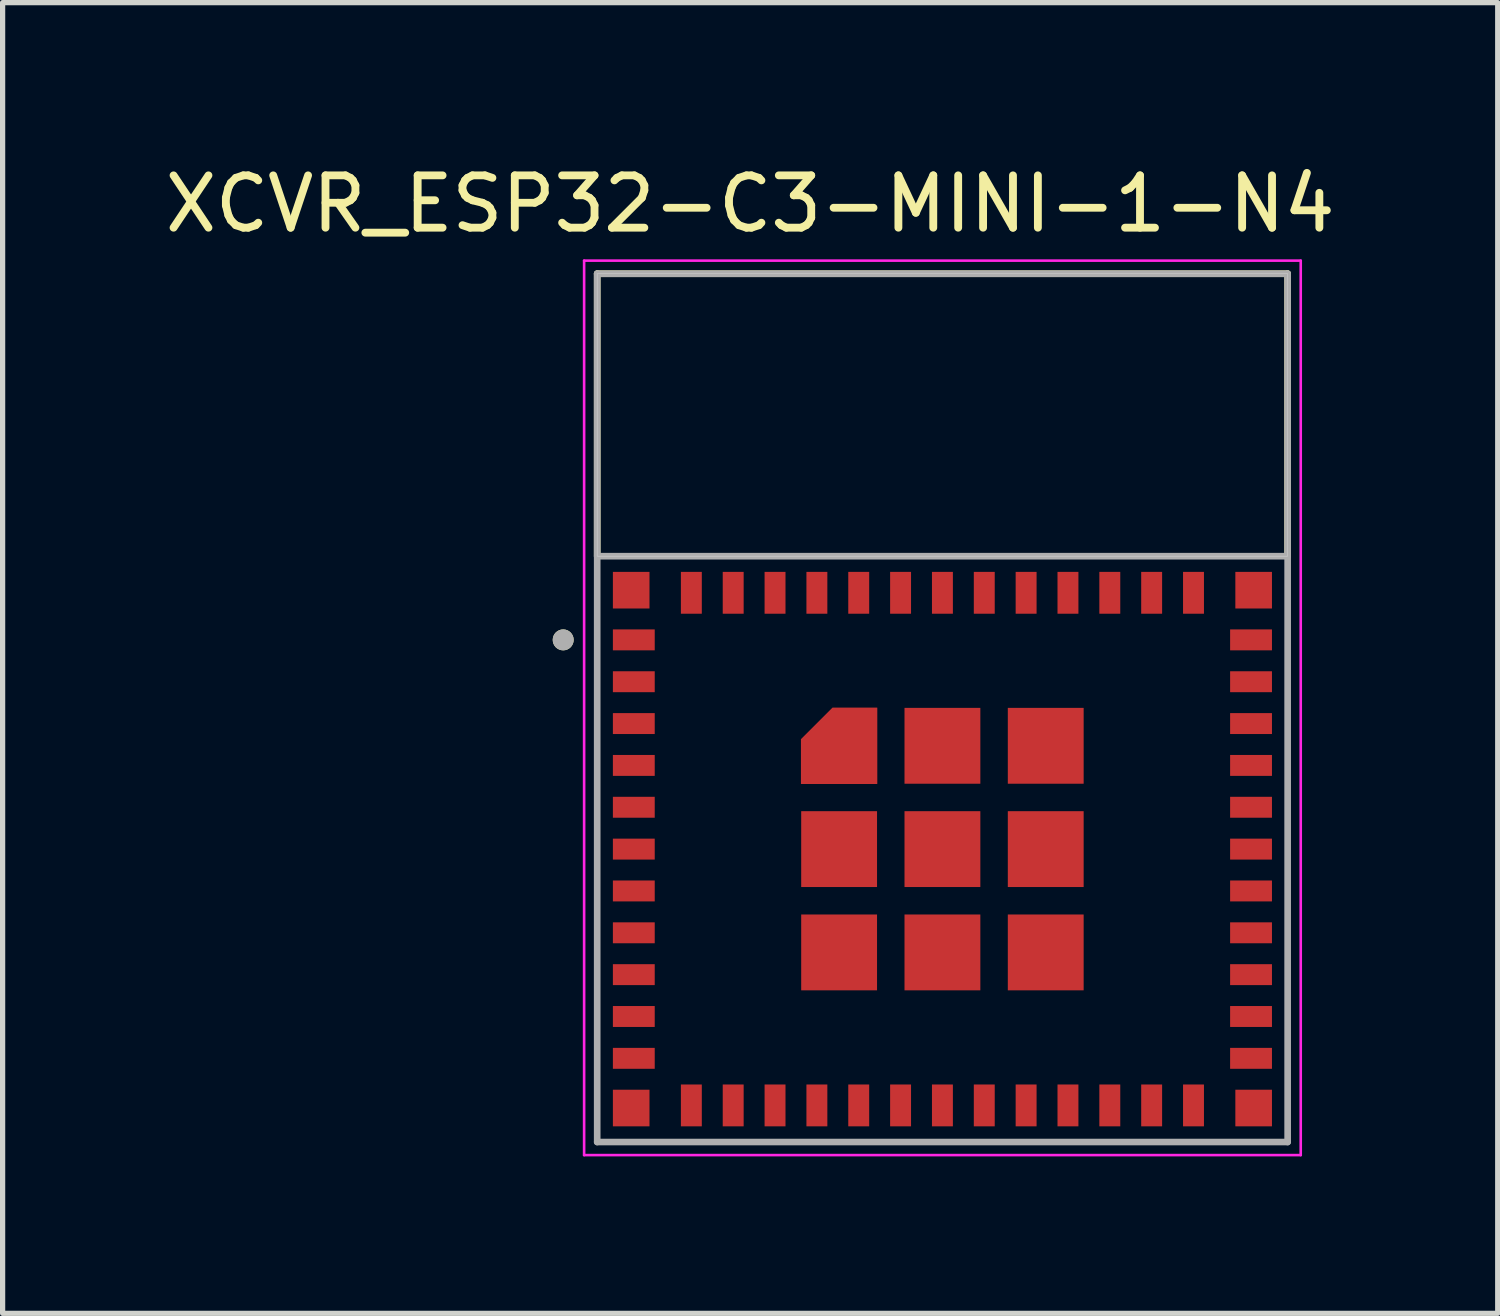
<source format=kicad_pcb>
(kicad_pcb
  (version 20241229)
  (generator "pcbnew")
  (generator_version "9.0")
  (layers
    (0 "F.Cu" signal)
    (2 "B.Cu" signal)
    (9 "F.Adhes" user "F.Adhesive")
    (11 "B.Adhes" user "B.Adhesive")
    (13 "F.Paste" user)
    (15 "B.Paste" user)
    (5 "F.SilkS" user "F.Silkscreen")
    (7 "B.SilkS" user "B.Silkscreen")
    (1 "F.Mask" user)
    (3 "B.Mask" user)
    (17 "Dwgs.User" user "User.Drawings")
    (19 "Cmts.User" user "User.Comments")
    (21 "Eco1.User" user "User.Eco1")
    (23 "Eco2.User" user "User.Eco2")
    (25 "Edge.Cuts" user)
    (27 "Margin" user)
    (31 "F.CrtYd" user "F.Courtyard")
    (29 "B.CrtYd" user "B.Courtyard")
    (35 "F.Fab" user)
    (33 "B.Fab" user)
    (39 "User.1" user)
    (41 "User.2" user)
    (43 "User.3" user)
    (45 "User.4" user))
  (footprint "XCVR_ESP32-C3-MINI-1-N4"
    (layer "F.Cu")
    (at 14.967 10.483)
    (property "Reference" "XCVR_ESP32-C3-MINI-1-N4" (at -3.675 -9.635 0) (layer "F.SilkS") (effects (font (size 1 1) (thickness 0.15))))
    (attr through_hole)
    (fp_poly (pts (xy -1.15 1.55) (xy -2.8 1.55) (xy -2.8 0.56) (xy -2.14 -0.1) (xy -1.15 -0.1)) (stroke (width 0.01) (type solid)) (fill yes) (layer "F.Mask"))
    (fp_line (start -6.6 -8.3) (end 6.6 -8.3) (stroke (width 0.127) (type solid)) (layer "F.SilkS"))
    (fp_line (start -6.6 -2.92) (end -6.6 -8.3) (stroke (width 0.127) (type solid)) (layer "F.SilkS"))
    (fp_line (start 6.6 -8.3) (end 6.6 -2.92) (stroke (width 0.127) (type solid)) (layer "F.SilkS"))
    (fp_circle (center -7.25 -1.3) (end -7.15 -1.3) (stroke (width 0.2) (type solid)) (fill no) (layer "F.SilkS"))
    (fp_poly (pts (xy -1.25 1.45) (xy -2.7 1.45) (xy -2.7 0.6) (xy -2.1 0) (xy -1.25 0)) (stroke (width 0.01) (type solid)) (fill yes) (layer "F.Paste"))
    (fp_poly (pts (xy -6.6 -8.3) (xy 6.6 -8.3) (xy 6.6 -2.9) (xy -6.6 -2.9)) (stroke (width 0.01) (type solid)) (fill no) (layer "Dwgs.User"))
    (fp_poly (pts (xy -6.6 -8.3) (xy 6.6 -8.3) (xy 6.6 -2.9) (xy -6.6 -2.9)) (stroke (width 0.01) (type solid)) (fill no) (layer "Dwgs.User"))
    (fp_poly (pts (xy -6.6 -8.3) (xy 6.6 -8.3) (xy 6.6 -2.9) (xy -6.6 -2.9)) (stroke (width 0.01) (type solid)) (fill no) (layer "Dwgs.User"))
    (fp_line (start -6.85 -8.55) (end -6.85 8.55) (stroke (width 0.05) (type solid)) (layer "F.CrtYd"))
    (fp_line (start -6.85 8.55) (end 6.85 8.55) (stroke (width 0.05) (type solid)) (layer "F.CrtYd"))
    (fp_line (start 6.85 -8.55) (end -6.85 -8.55) (stroke (width 0.05) (type solid)) (layer "F.CrtYd"))
    (fp_line (start 6.85 8.55) (end 6.85 -8.55) (stroke (width 0.05) (type solid)) (layer "F.CrtYd"))
    (fp_line (start -6.6 -8.3) (end 6.6 -8.3) (stroke (width 0.127) (type solid)) (layer "F.Fab"))
    (fp_line (start -6.6 -2.9) (end -6.6 -8.3) (stroke (width 0.127) (type solid)) (layer "F.Fab"))
    (fp_line (start -6.6 -2.9) (end 6.6 -2.9) (stroke (width 0.127) (type solid)) (layer "F.Fab"))
    (fp_line (start -6.6 8.3) (end -6.6 -2.9) (stroke (width 0.127) (type solid)) (layer "F.Fab"))
    (fp_line (start 6.6 -8.3) (end 6.6 -2.9) (stroke (width 0.127) (type solid)) (layer "F.Fab"))
    (fp_line (start 6.6 -2.9) (end 6.6 8.3) (stroke (width 0.127) (type solid)) (layer "F.Fab"))
    (fp_line (start 6.6 8.3) (end -6.6 8.3) (stroke (width 0.127) (type solid)) (layer "F.Fab"))
    (fp_circle (center -7.25 -1.3) (end -7.15 -1.3) (stroke (width 0.2) (type solid)) (fill no) (layer "F.Fab"))
    (pad "1" smd rect (at -5.9 -1.3) (size 0.8 0.4) (layers "F.Cu" "F.Mask" "F.Paste"))
    (pad "2" smd rect (at -5.9 -0.5) (size 0.8 0.4) (layers "F.Cu" "F.Mask" "F.Paste"))
    (pad "3" smd rect (at -5.9 0.3) (size 0.8 0.4) (layers "F.Cu" "F.Mask" "F.Paste"))
    (pad "4" smd rect (at -5.9 1.1) (size 0.8 0.4) (layers "F.Cu" "F.Mask" "F.Paste"))
    (pad "5" smd rect (at -5.9 1.9) (size 0.8 0.4) (layers "F.Cu" "F.Mask" "F.Paste"))
    (pad "6" smd rect (at -5.9 2.7) (size 0.8 0.4) (layers "F.Cu" "F.Mask" "F.Paste"))
    (pad "7" smd rect (at -5.9 3.5) (size 0.8 0.4) (layers "F.Cu" "F.Mask" "F.Paste"))
    (pad "8" smd rect (at -5.9 4.3) (size 0.8 0.4) (layers "F.Cu" "F.Mask" "F.Paste"))
    (pad "9" smd rect (at -5.9 5.1) (size 0.8 0.4) (layers "F.Cu" "F.Mask" "F.Paste"))
    (pad "10" smd rect (at -5.9 5.9) (size 0.8 0.4) (layers "F.Cu" "F.Mask" "F.Paste"))
    (pad "11" smd rect (at -5.9 6.7) (size 0.8 0.4) (layers "F.Cu" "F.Mask" "F.Paste"))
    (pad "12" smd rect (at -4.8 7.6) (size 0.4 0.8) (layers "F.Cu" "F.Mask" "F.Paste"))
    (pad "13" smd rect (at -4 7.6) (size 0.4 0.8) (layers "F.Cu" "F.Mask" "F.Paste"))
    (pad "14" smd rect (at -3.2 7.6) (size 0.4 0.8) (layers "F.Cu" "F.Mask" "F.Paste"))
    (pad "15" smd rect (at -2.4 7.6) (size 0.4 0.8) (layers "F.Cu" "F.Mask" "F.Paste"))
    (pad "16" smd rect (at -1.6 7.6) (size 0.4 0.8) (layers "F.Cu" "F.Mask" "F.Paste"))
    (pad "17" smd rect (at -0.8 7.6) (size 0.4 0.8) (layers "F.Cu" "F.Mask" "F.Paste"))
    (pad "18" smd rect (at 0 7.6) (size 0.4 0.8) (layers "F.Cu" "F.Mask" "F.Paste"))
    (pad "19" smd rect (at 0.8 7.6) (size 0.4 0.8) (layers "F.Cu" "F.Mask" "F.Paste"))
    (pad "20" smd rect (at 1.6 7.6) (size 0.4 0.8) (layers "F.Cu" "F.Mask" "F.Paste"))
    (pad "21" smd rect (at 2.4 7.6) (size 0.4 0.8) (layers "F.Cu" "F.Mask" "F.Paste"))
    (pad "22" smd rect (at 3.2 7.6) (size 0.4 0.8) (layers "F.Cu" "F.Mask" "F.Paste"))
    (pad "23" smd rect (at 4 7.6) (size 0.4 0.8) (layers "F.Cu" "F.Mask" "F.Paste"))
    (pad "24" smd rect (at 4.8 7.6) (size 0.4 0.8) (layers "F.Cu" "F.Mask" "F.Paste"))
    (pad "25" smd rect (at 5.9 6.7) (size 0.8 0.4) (layers "F.Cu" "F.Mask" "F.Paste"))
    (pad "26" smd rect (at 5.9 5.9) (size 0.8 0.4) (layers "F.Cu" "F.Mask" "F.Paste"))
    (pad "27" smd rect (at 5.9 5.1) (size 0.8 0.4) (layers "F.Cu" "F.Mask" "F.Paste"))
    (pad "28" smd rect (at 5.9 4.3) (size 0.8 0.4) (layers "F.Cu" "F.Mask" "F.Paste"))
    (pad "29" smd rect (at 5.9 3.5) (size 0.8 0.4) (layers "F.Cu" "F.Mask" "F.Paste"))
    (pad "30" smd rect (at 5.9 2.7) (size 0.8 0.4) (layers "F.Cu" "F.Mask" "F.Paste"))
    (pad "31" smd rect (at 5.9 1.9) (size 0.8 0.4) (layers "F.Cu" "F.Mask" "F.Paste"))
    (pad "32" smd rect (at 5.9 1.1) (size 0.8 0.4) (layers "F.Cu" "F.Mask" "F.Paste"))
    (pad "33" smd rect (at 5.9 0.3) (size 0.8 0.4) (layers "F.Cu" "F.Mask" "F.Paste"))
    (pad "34" smd rect (at 5.9 -0.5) (size 0.8 0.4) (layers "F.Cu" "F.Mask" "F.Paste"))
    (pad "35" smd rect (at 5.9 -1.3) (size 0.8 0.4) (layers "F.Cu" "F.Mask" "F.Paste"))
    (pad "36" smd rect (at 4.8 -2.2) (size 0.4 0.8) (layers "F.Cu" "F.Mask" "F.Paste"))
    (pad "37" smd rect (at 4 -2.2) (size 0.4 0.8) (layers "F.Cu" "F.Mask" "F.Paste"))
    (pad "38" smd rect (at 3.2 -2.2) (size 0.4 0.8) (layers "F.Cu" "F.Mask" "F.Paste"))
    (pad "39" smd rect (at 2.4 -2.2) (size 0.4 0.8) (layers "F.Cu" "F.Mask" "F.Paste"))
    (pad "40" smd rect (at 1.6 -2.2) (size 0.4 0.8) (layers "F.Cu" "F.Mask" "F.Paste"))
    (pad "41" smd rect (at 0.8 -2.2) (size 0.4 0.8) (layers "F.Cu" "F.Mask" "F.Paste"))
    (pad "42" smd rect (at 0 -2.2) (size 0.4 0.8) (layers "F.Cu" "F.Mask" "F.Paste"))
    (pad "43" smd rect (at -0.8 -2.2) (size 0.4 0.8) (layers "F.Cu" "F.Mask" "F.Paste"))
    (pad "44" smd rect (at -1.6 -2.2) (size 0.4 0.8) (layers "F.Cu" "F.Mask" "F.Paste"))
    (pad "45" smd rect (at -2.4 -2.2) (size 0.4 0.8) (layers "F.Cu" "F.Mask" "F.Paste"))
    (pad "46" smd rect (at -3.2 -2.2) (size 0.4 0.8) (layers "F.Cu" "F.Mask" "F.Paste"))
    (pad "47" smd rect (at -4 -2.2) (size 0.4 0.8) (layers "F.Cu" "F.Mask" "F.Paste"))
    (pad "48" smd rect (at -4.8 -2.2) (size 0.4 0.8) (layers "F.Cu" "F.Mask" "F.Paste"))
    (pad "49_1" smd custom (at -1.975 0.725) (size 0.6 0.6) (layers "F.Cu") (options (anchor rect)) (primitives (gr_poly (pts (xy 0.725 0.725) (xy -0.725 0.725) (xy -0.725 -0.125) (xy -0.125 -0.725) (xy 0.725 -0.725)) (width 0.01) (fill yes))))
    (pad "49_2" smd rect (at 0 0.725) (size 1.45 1.45) (layers "F.Cu" "F.Mask" "F.Paste"))
    (pad "49_3" smd rect (at 1.975 0.725) (size 1.45 1.45) (layers "F.Cu" "F.Mask" "F.Paste"))
    (pad "49_4" smd rect (at 1.975 2.7) (size 1.45 1.45) (layers "F.Cu" "F.Mask" "F.Paste"))
    (pad "49_5" smd rect (at 1.975 4.675) (size 1.45 1.45) (layers "F.Cu" "F.Mask" "F.Paste"))
    (pad "49_6" smd rect (at 0 4.675) (size 1.45 1.45) (layers "F.Cu" "F.Mask" "F.Paste"))
    (pad "49_7" smd rect (at -1.975 4.675) (size 1.45 1.45) (layers "F.Cu" "F.Mask" "F.Paste"))
    (pad "49_8" smd rect (at -1.975 2.7) (size 1.45 1.45) (layers "F.Cu" "F.Mask" "F.Paste"))
    (pad "49_9" smd rect (at 0 2.7) (size 1.45 1.45) (layers "F.Cu" "F.Mask" "F.Paste"))
    (pad "50" smd rect (at 5.95 -2.25) (size 0.7 0.7) (layers "F.Cu" "F.Mask" "F.Paste"))
    (pad "51" smd rect (at 5.95 7.65) (size 0.7 0.7) (layers "F.Cu" "F.Mask" "F.Paste"))
    (pad "52" smd rect (at -5.95 7.65) (size 0.7 0.7) (layers "F.Cu" "F.Mask" "F.Paste"))
    (pad "53" smd rect (at -5.95 -2.25) (size 0.7 0.7) (layers "F.Cu" "F.Mask" "F.Paste")))
  (gr_rect
    (start -3 -3)
    (end 25.583 22.058)
    (stroke (width 0.1) (type default))
    (fill no)
    (layer "Edge.Cuts")))
</source>
